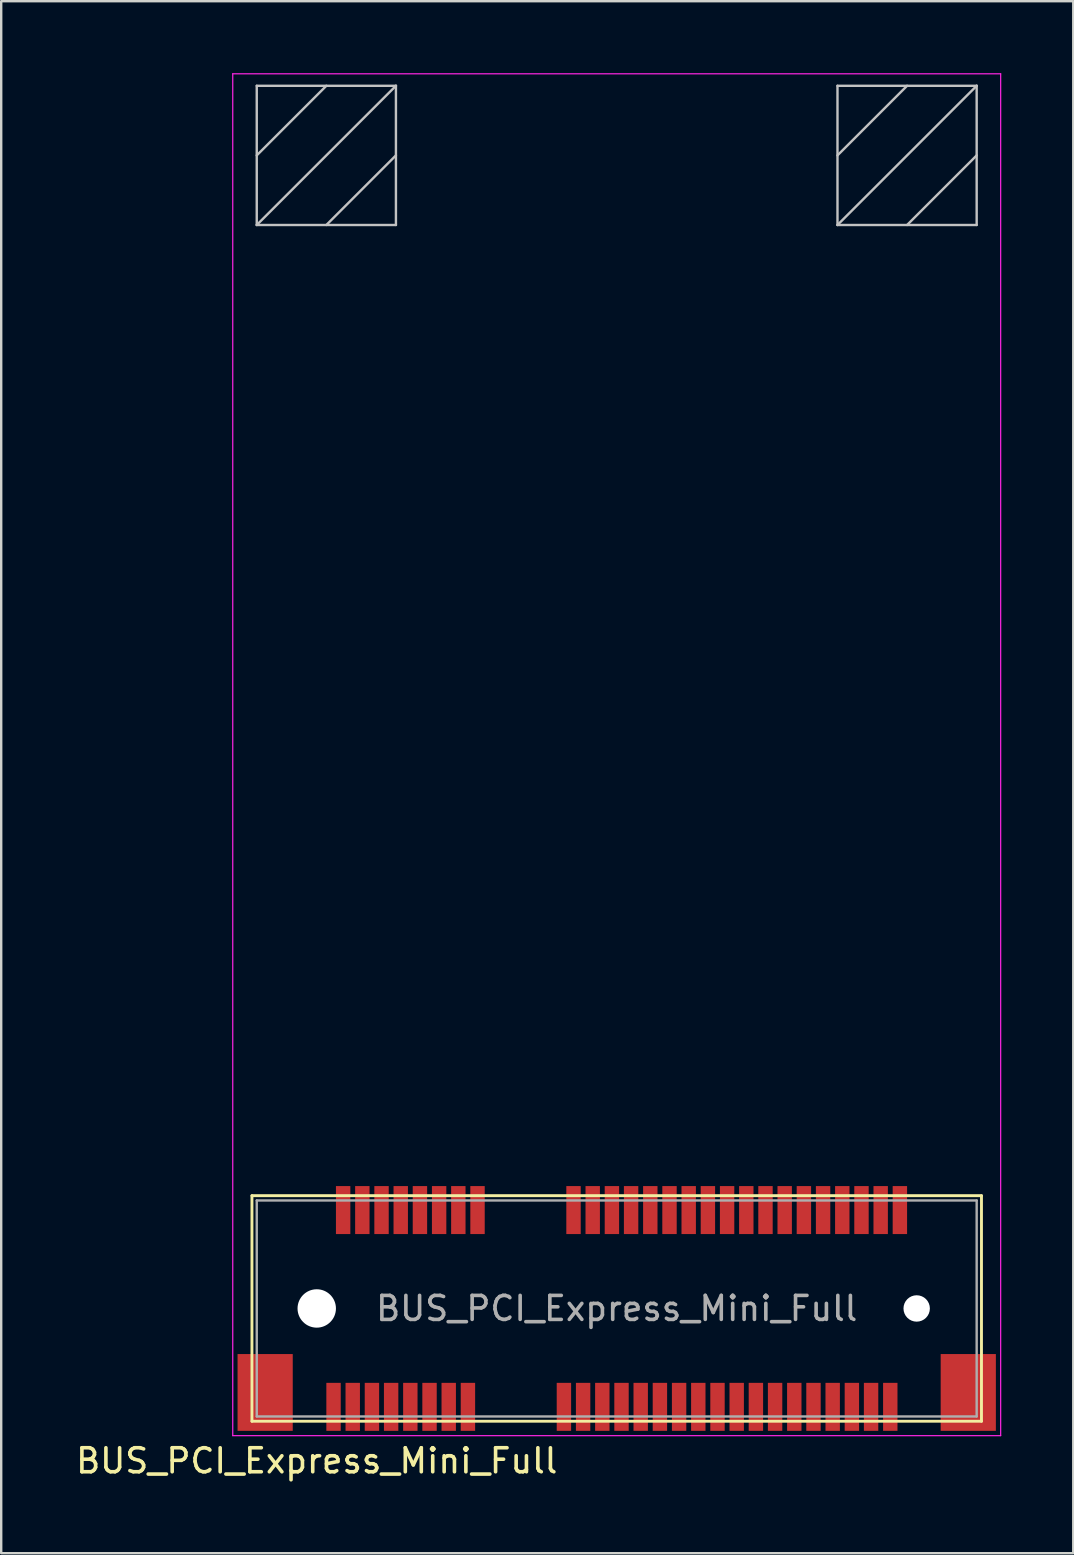
<source format=kicad_pcb>
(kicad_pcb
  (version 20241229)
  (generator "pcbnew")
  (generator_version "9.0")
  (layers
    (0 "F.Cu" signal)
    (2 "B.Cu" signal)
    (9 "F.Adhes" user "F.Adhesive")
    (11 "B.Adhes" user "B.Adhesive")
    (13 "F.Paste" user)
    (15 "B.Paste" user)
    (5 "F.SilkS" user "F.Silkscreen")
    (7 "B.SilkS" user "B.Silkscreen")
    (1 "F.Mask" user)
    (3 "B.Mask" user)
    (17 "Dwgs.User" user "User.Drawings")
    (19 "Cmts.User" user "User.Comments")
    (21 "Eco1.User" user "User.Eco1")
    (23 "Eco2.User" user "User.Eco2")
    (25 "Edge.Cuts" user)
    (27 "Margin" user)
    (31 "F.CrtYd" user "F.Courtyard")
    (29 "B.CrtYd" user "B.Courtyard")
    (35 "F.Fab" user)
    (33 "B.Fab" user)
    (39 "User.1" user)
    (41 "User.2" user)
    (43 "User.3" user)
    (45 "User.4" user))
  (footprint "BUS_PCI_Express_Mini_Full"
    (layer "F.Cu")
    (at 22.649 51.475)
    (property "Reference" "BUS_PCI_Express_Mini_Full" (at -12.5 6.35 180) (layer "F.SilkS") (effects (font (size 1 1) (thickness 0.15))))
    (attr smd)
    (fp_line (start -15.2 -4.7) (end -15.2 4.7) (stroke (width 0.12) (type solid)) (layer "F.SilkS"))
    (fp_line (start -15.2 4.7) (end 15.2 4.7) (stroke (width 0.12) (type solid)) (layer "F.SilkS"))
    (fp_line (start 15.2 -4.7) (end -15.2 -4.7) (stroke (width 0.12) (type solid)) (layer "F.SilkS"))
    (fp_line (start 15.2 4.7) (end 15.2 -4.7) (stroke (width 0.12) (type solid)) (layer "F.SilkS"))
    (fp_line (start -15 -50.95) (end -15 -45.15) (stroke (width 0.1) (type solid)) (layer "Dwgs.User"))
    (fp_line (start -15 -50.95) (end -9.2 -50.95) (stroke (width 0.1) (type solid)) (layer "Dwgs.User"))
    (fp_line (start -15 -45.15) (end -9.2 -45.15) (stroke (width 0.1) (type solid)) (layer "Dwgs.User"))
    (fp_line (start -12.1 -50.95) (end -15 -48.05) (stroke (width 0.1) (type solid)) (layer "Dwgs.User"))
    (fp_line (start -9.2 -50.95) (end -15 -45.15) (stroke (width 0.1) (type solid)) (layer "Dwgs.User"))
    (fp_line (start -9.2 -50.95) (end -9.2 -45.15) (stroke (width 0.1) (type solid)) (layer "Dwgs.User"))
    (fp_line (start -9.2 -48.05) (end -12.1 -45.15) (stroke (width 0.1) (type solid)) (layer "Dwgs.User"))
    (fp_line (start 9.2 -50.95) (end 9.2 -45.15) (stroke (width 0.1) (type solid)) (layer "Dwgs.User"))
    (fp_line (start 9.2 -50.95) (end 15 -50.95) (stroke (width 0.1) (type solid)) (layer "Dwgs.User"))
    (fp_line (start 9.2 -45.15) (end 15 -45.15) (stroke (width 0.1) (type solid)) (layer "Dwgs.User"))
    (fp_line (start 12.1 -50.95) (end 9.2 -48.05) (stroke (width 0.1) (type solid)) (layer "Dwgs.User"))
    (fp_line (start 15 -50.95) (end 9.2 -45.15) (stroke (width 0.1) (type solid)) (layer "Dwgs.User"))
    (fp_line (start 15 -50.95) (end 15 -45.15) (stroke (width 0.1) (type solid)) (layer "Dwgs.User"))
    (fp_line (start 15 -48.05) (end 12.1 -45.15) (stroke (width 0.1) (type solid)) (layer "Dwgs.User"))
    (fp_line (start -16 -51.45) (end 16 -51.45) (stroke (width 0.05) (type solid)) (layer "F.CrtYd"))
    (fp_line (start -16 5.3) (end -16 -51.45) (stroke (width 0.05) (type solid)) (layer "F.CrtYd"))
    (fp_line (start 16 -51.45) (end 16 5.3) (stroke (width 0.05) (type solid)) (layer "F.CrtYd"))
    (fp_line (start 16 5.3) (end -16 5.3) (stroke (width 0.05) (type solid)) (layer "F.CrtYd"))
    (fp_line (start -15 -4.5) (end -15 4.5) (stroke (width 0.1) (type solid)) (layer "F.Fab"))
    (fp_line (start -15 4.5) (end 15 4.5) (stroke (width 0.1) (type solid)) (layer "F.Fab"))
    (fp_line (start 15 -4.5) (end -15 -4.5) (stroke (width 0.1) (type solid)) (layer "F.Fab"))
    (fp_line (start 15 4.5) (end 15 -4.5) (stroke (width 0.1) (type solid)) (layer "F.Fab"))
    (fp_text user "${REFERENCE}" (at 0 0 0) (layer "F.Fab") (effects (font (size 1 1) (thickness 0.15))))
    (pad "" smd rect (at -14.65 3.5) (size 2.3 3.2) (layers "F.Cu" "F.Mask" "F.Paste"))
    (pad "" np_thru_hole circle (at -12.5 0) (size 1.6 1.6) (drill 1.6) (layers "*.Cu" "*.Mask"))
    (pad "" np_thru_hole circle (at 12.5 0) (size 1.1 1.1) (drill 1.1) (layers "*.Cu" "*.Mask"))
    (pad "" smd rect (at 14.65 3.5) (size 2.3 3.2) (layers "F.Cu" "F.Mask" "F.Paste"))
    (pad "1" smd rect (at -11.8 4.1) (size 0.6 2) (layers "F.Cu" "F.Mask" "F.Paste"))
    (pad "2" smd rect (at -11.4 -4.1) (size 0.6 2) (layers "F.Cu" "F.Mask" "F.Paste"))
    (pad "3" smd rect (at -11 4.1) (size 0.6 2) (layers "F.Cu" "F.Mask" "F.Paste"))
    (pad "4" smd rect (at -10.6 -4.1) (size 0.6 2) (layers "F.Cu" "F.Mask" "F.Paste"))
    (pad "5" smd rect (at -10.2 4.1) (size 0.6 2) (layers "F.Cu" "F.Mask" "F.Paste"))
    (pad "6" smd rect (at -9.8 -4.1) (size 0.6 2) (layers "F.Cu" "F.Mask" "F.Paste"))
    (pad "7" smd rect (at -9.4 4.1) (size 0.6 2) (layers "F.Cu" "F.Mask" "F.Paste"))
    (pad "8" smd rect (at -9 -4.1) (size 0.6 2) (layers "F.Cu" "F.Mask" "F.Paste"))
    (pad "9" smd rect (at -8.6 4.1) (size 0.6 2) (layers "F.Cu" "F.Mask" "F.Paste"))
    (pad "10" smd rect (at -8.2 -4.1) (size 0.6 2) (layers "F.Cu" "F.Mask" "F.Paste"))
    (pad "11" smd rect (at -7.8 4.1) (size 0.6 2) (layers "F.Cu" "F.Mask" "F.Paste"))
    (pad "12" smd rect (at -7.4 -4.1) (size 0.6 2) (layers "F.Cu" "F.Mask" "F.Paste"))
    (pad "13" smd rect (at -7 4.1) (size 0.6 2) (layers "F.Cu" "F.Mask" "F.Paste"))
    (pad "14" smd rect (at -6.6 -4.1) (size 0.6 2) (layers "F.Cu" "F.Mask" "F.Paste"))
    (pad "15" smd rect (at -6.2 4.1) (size 0.6 2) (layers "F.Cu" "F.Mask" "F.Paste"))
    (pad "16" smd rect (at -5.8 -4.1) (size 0.6 2) (layers "F.Cu" "F.Mask" "F.Paste"))
    (pad "17" smd rect (at -2.2 4.1) (size 0.6 2) (layers "F.Cu" "F.Mask" "F.Paste"))
    (pad "18" smd rect (at -1.8 -4.1) (size 0.6 2) (layers "F.Cu" "F.Mask" "F.Paste"))
    (pad "19" smd rect (at -1.4 4.1) (size 0.6 2) (layers "F.Cu" "F.Mask" "F.Paste"))
    (pad "20" smd rect (at -1 -4.1) (size 0.6 2) (layers "F.Cu" "F.Mask" "F.Paste"))
    (pad "21" smd rect (at -0.6 4.1) (size 0.6 2) (layers "F.Cu" "F.Mask" "F.Paste"))
    (pad "22" smd rect (at -0.2 -4.1) (size 0.6 2) (layers "F.Cu" "F.Mask" "F.Paste"))
    (pad "23" smd rect (at 0.2 4.1) (size 0.6 2) (layers "F.Cu" "F.Mask" "F.Paste"))
    (pad "24" smd rect (at 0.6 -4.1) (size 0.6 2) (layers "F.Cu" "F.Mask" "F.Paste"))
    (pad "25" smd rect (at 1 4.1) (size 0.6 2) (layers "F.Cu" "F.Mask" "F.Paste"))
    (pad "26" smd rect (at 1.4 -4.1) (size 0.6 2) (layers "F.Cu" "F.Mask" "F.Paste"))
    (pad "27" smd rect (at 1.8 4.1) (size 0.6 2) (layers "F.Cu" "F.Mask" "F.Paste"))
    (pad "28" smd rect (at 2.2 -4.1) (size 0.6 2) (layers "F.Cu" "F.Mask" "F.Paste"))
    (pad "29" smd rect (at 2.6 4.1) (size 0.6 2) (layers "F.Cu" "F.Mask" "F.Paste"))
    (pad "30" smd rect (at 3 -4.1) (size 0.6 2) (layers "F.Cu" "F.Mask" "F.Paste"))
    (pad "31" smd rect (at 3.4 4.1) (size 0.6 2) (layers "F.Cu" "F.Mask" "F.Paste"))
    (pad "32" smd rect (at 3.8 -4.1) (size 0.6 2) (layers "F.Cu" "F.Mask" "F.Paste"))
    (pad "33" smd rect (at 4.2 4.1) (size 0.6 2) (layers "F.Cu" "F.Mask" "F.Paste"))
    (pad "34" smd rect (at 4.6 -4.1) (size 0.6 2) (layers "F.Cu" "F.Mask" "F.Paste"))
    (pad "35" smd rect (at 5 4.1) (size 0.6 2) (layers "F.Cu" "F.Mask" "F.Paste"))
    (pad "36" smd rect (at 5.4 -4.1) (size 0.6 2) (layers "F.Cu" "F.Mask" "F.Paste"))
    (pad "37" smd rect (at 5.8 4.1) (size 0.6 2) (layers "F.Cu" "F.Mask" "F.Paste"))
    (pad "38" smd rect (at 6.2 -4.1) (size 0.6 2) (layers "F.Cu" "F.Mask" "F.Paste"))
    (pad "39" smd rect (at 6.6 4.1) (size 0.6 2) (layers "F.Cu" "F.Mask" "F.Paste"))
    (pad "40" smd rect (at 7 -4.1) (size 0.6 2) (layers "F.Cu" "F.Mask" "F.Paste"))
    (pad "41" smd rect (at 7.4 4.1) (size 0.6 2) (layers "F.Cu" "F.Mask" "F.Paste"))
    (pad "42" smd rect (at 7.8 -4.1) (size 0.6 2) (layers "F.Cu" "F.Mask" "F.Paste"))
    (pad "43" smd rect (at 8.2 4.1) (size 0.6 2) (layers "F.Cu" "F.Mask" "F.Paste"))
    (pad "44" smd rect (at 8.6 -4.1) (size 0.6 2) (layers "F.Cu" "F.Mask" "F.Paste"))
    (pad "45" smd rect (at 9 4.1) (size 0.6 2) (layers "F.Cu" "F.Mask" "F.Paste"))
    (pad "46" smd rect (at 9.4 -4.1) (size 0.6 2) (layers "F.Cu" "F.Mask" "F.Paste"))
    (pad "47" smd rect (at 9.8 4.1) (size 0.6 2) (layers "F.Cu" "F.Mask" "F.Paste"))
    (pad "48" smd rect (at 10.2 -4.1) (size 0.6 2) (layers "F.Cu" "F.Mask" "F.Paste"))
    (pad "49" smd rect (at 10.6 4.1) (size 0.6 2) (layers "F.Cu" "F.Mask" "F.Paste"))
    (pad "50" smd rect (at 11 -4.1) (size 0.6 2) (layers "F.Cu" "F.Mask" "F.Paste"))
    (pad "51" smd rect (at 11.4 4.1) (size 0.6 2) (layers "F.Cu" "F.Mask" "F.Paste"))
    (pad "52" smd rect (at 11.8 -4.1) (size 0.6 2) (layers "F.Cu" "F.Mask" "F.Paste")))
  (gr_rect
    (start -3 -3)
    (end 41.674 61.673)
    (stroke (width 0.1) (type default))
    (fill no)
    (layer "Edge.Cuts")))
</source>
